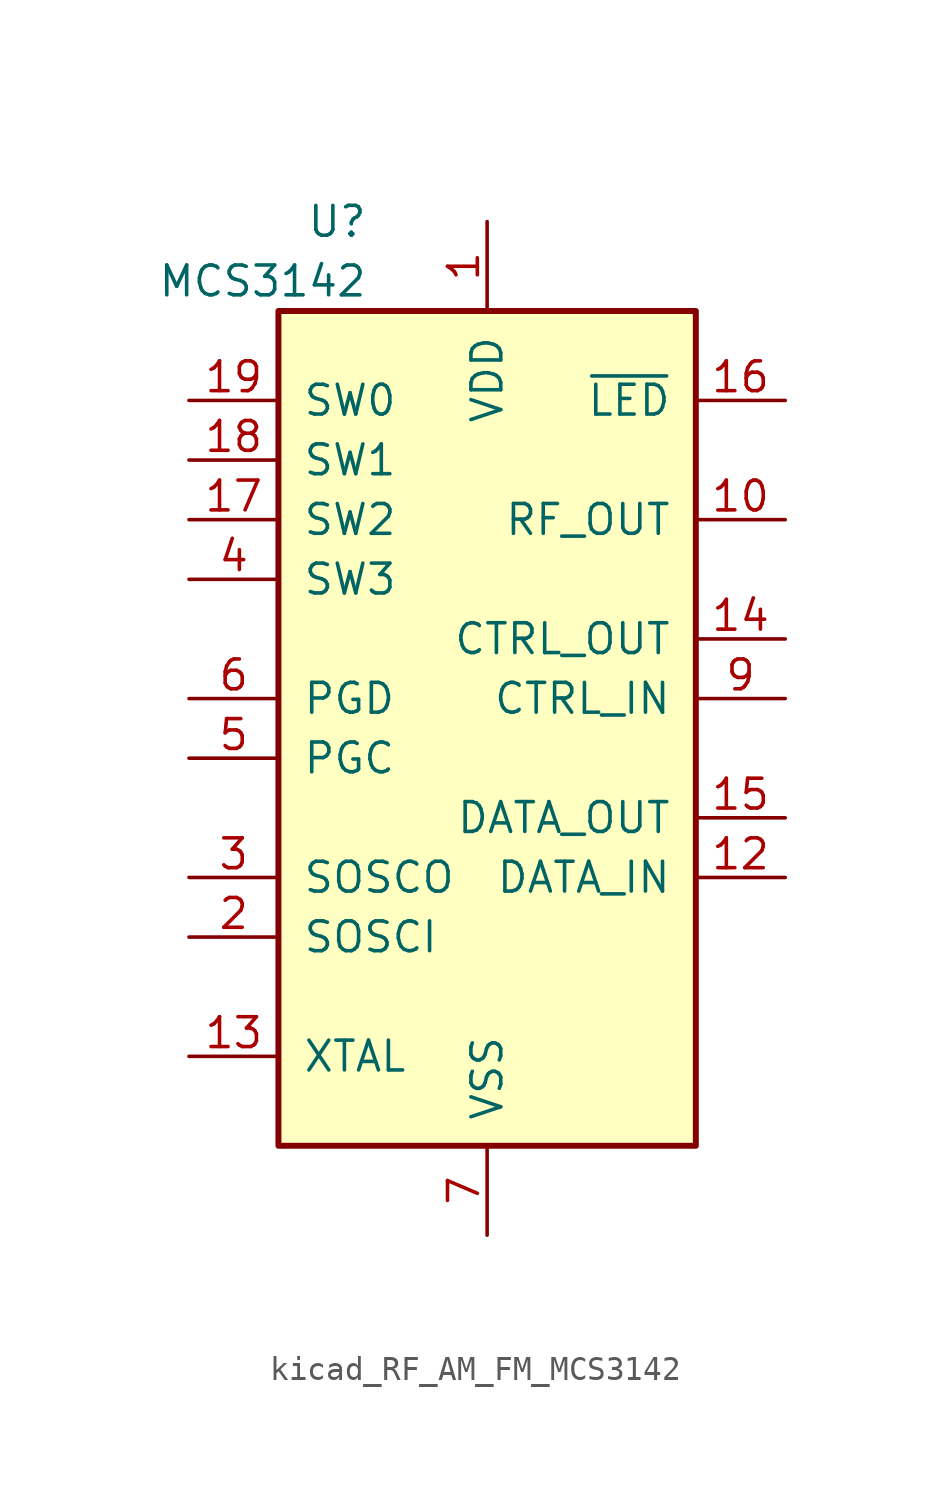
<source format=kicad_sym>
(kicad_symbol_lib
  (version 20220914)
  (generator kicad_symbol_editor)
  (symbol "kicad_RF_AM_FM_MCS3142"
    (pin_names
      (offset 1.016))
    (property "Reference" "U"
      (at -5.08 22.86 0)
      (effects (font (size 1.27 1.27)) (justify right)))
    (property "Value" "MCS3142"
      (at -5.08 20.32 0)
      (effects (font (size 1.27 1.27)) (justify right)))
    (symbol "kicad_RF_AM_FM_MCS3142_0_1"
      (rectangle (start -8.89 19.05) (end 8.89 -16.51) (stroke (width 0.254) (type default)) (fill (type background))))
    (symbol "kicad_RF_AM_FM_MCS3142_1_1"
      (pin power_in line (at 0 22.86 270) (length 3.81) (name "VDD" (effects (font (size 1.27 1.27)))) (number "1" (effects (font (size 1.27 1.27)))))
      (pin output line (at 12.7 10.16 180) (length 3.81) (name "RF_OUT" (effects (font (size 1.27 1.27)))) (number "10" (effects (font (size 1.27 1.27)))))
      (pin passive line (at 0 -20.32 90) (length 3.81) hide (name "VSS" (effects (font (size 1.27 1.27)))) (number "11" (effects (font (size 1.27 1.27)))))
      (pin input line (at 12.7 -5.08 180) (length 3.81) (name "DATA_IN" (effects (font (size 1.27 1.27)))) (number "12" (effects (font (size 1.27 1.27)))))
      (pin input line (at -12.7 -12.7 0) (length 3.81) (name "XTAL" (effects (font (size 1.27 1.27)))) (number "13" (effects (font (size 1.27 1.27)))))
      (pin output line (at 12.7 5.08 180) (length 3.81) (name "CTRL_OUT" (effects (font (size 1.27 1.27)))) (number "14" (effects (font (size 1.27 1.27)))))
      (pin output line (at 12.7 -2.54 180) (length 3.81) (name "DATA_OUT" (effects (font (size 1.27 1.27)))) (number "15" (effects (font (size 1.27 1.27)))))
      (pin output line (at 12.7 15.24 180) (length 3.81) (name "~{LED}" (effects (font (size 1.27 1.27)))) (number "16" (effects (font (size 1.27 1.27)))))
      (pin input line (at -12.7 10.16 0) (length 3.81) (name "SW2" (effects (font (size 1.27 1.27)))) (number "17" (effects (font (size 1.27 1.27)))))
      (pin input line (at -12.7 12.7 0) (length 3.81) (name "SW1" (effects (font (size 1.27 1.27)))) (number "18" (effects (font (size 1.27 1.27)))))
      (pin input line (at -12.7 15.24 0) (length 3.81) (name "SW0" (effects (font (size 1.27 1.27)))) (number "19" (effects (font (size 1.27 1.27)))))
      (pin input line (at -12.7 -7.62 0) (length 3.81) (name "SOSCI" (effects (font (size 1.27 1.27)))) (number "2" (effects (font (size 1.27 1.27)))))
      (pin passive line (at 0 -20.32 90) (length 3.81) hide (name "VSS" (effects (font (size 1.27 1.27)))) (number "20" (effects (font (size 1.27 1.27)))))
      (pin output line (at -12.7 -5.08 0) (length 3.81) (name "SOSCO" (effects (font (size 1.27 1.27)))) (number "3" (effects (font (size 1.27 1.27)))))
      (pin input line (at -12.7 7.62 0) (length 3.81) (name "SW3" (effects (font (size 1.27 1.27)))) (number "4" (effects (font (size 1.27 1.27)))))
      (pin input line (at -12.7 0 0) (length 3.81) (name "PGC" (effects (font (size 1.27 1.27)))) (number "5" (effects (font (size 1.27 1.27)))))
      (pin bidirectional line (at -12.7 2.54 0) (length 3.81) (name "PGD" (effects (font (size 1.27 1.27)))) (number "6" (effects (font (size 1.27 1.27)))))
      (pin power_in line (at 0 -20.32 90) (length 3.81) (name "VSS" (effects (font (size 1.27 1.27)))) (number "7" (effects (font (size 1.27 1.27)))))
      (pin passive line (at 0 22.86 270) (length 3.81) hide (name "VDD" (effects (font (size 1.27 1.27)))) (number "8" (effects (font (size 1.27 1.27)))))
      (pin input line (at 12.7 2.54 180) (length 3.81) (name "CTRL_IN" (effects (font (size 1.27 1.27)))) (number "9" (effects (font (size 1.27 1.27))))))))
</source>
